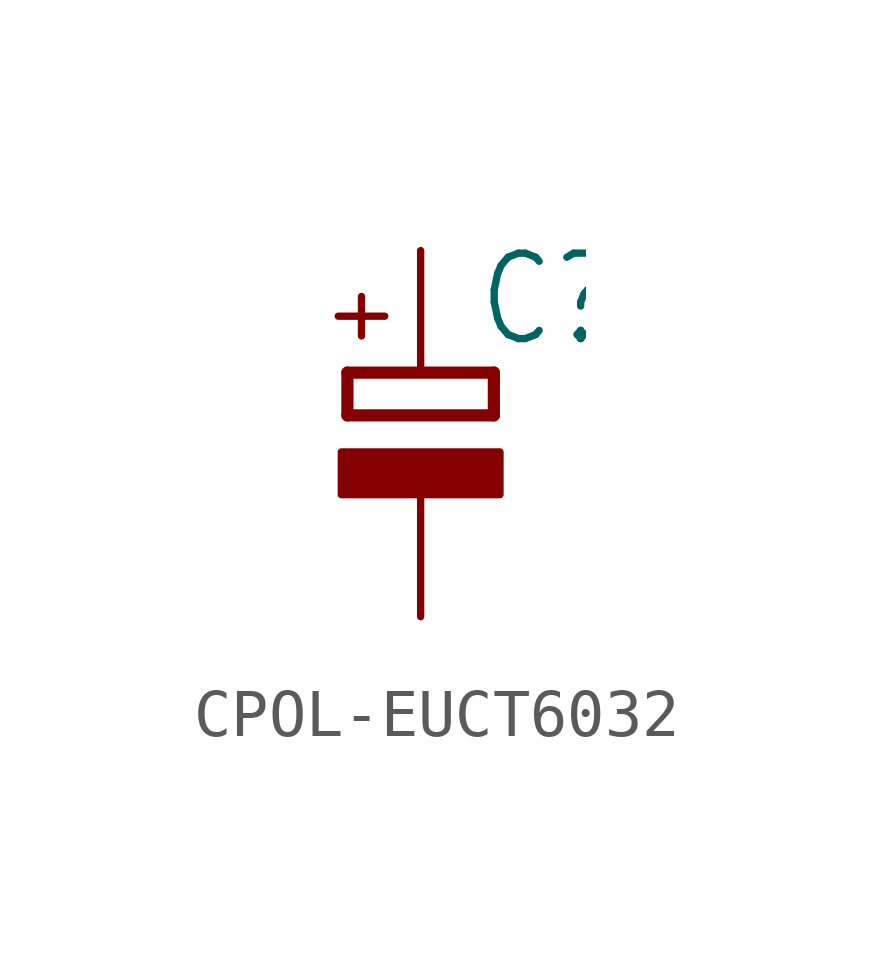
<source format=kicad_sym>
(kicad_symbol_lib
  (version 20231120)
  (generator "kicad_symbol_editor")
  (generator_version "8.0")
  (symbol "CPOL-EUCT6032"
    (property "Reference" "C"
      (at 1.143 0.483 0)
      (effects (font (size 1.778 1.511)) (justify left bottom)))
    (property "Value" ""
      (at 1.143 -4.597 0)
      (effects (font (size 1.778 1.511)) (justify left bottom)))
    (property "ki_locked" ""
      (at 0 0 0)
      (effects (font (size 1.27 1.27))))
    (symbol "CPOL-EUCT6032_1_0"
      (rectangle (start -1.651 -2.54) (end 1.651 -1.651) (stroke (width 0) (type default)) (fill (type outline)))
      (polyline (pts (xy -1.524 -0.889) (xy 1.524 -0.889)) (stroke (width 0.254) (type solid)) (fill (type none)))
      (polyline (pts (xy -1.524 0) (xy -1.524 -0.889)) (stroke (width 0.254) (type solid)) (fill (type none)))
      (polyline (pts (xy -1.524 0) (xy 1.524 0)) (stroke (width 0.254) (type solid)) (fill (type none)))
      (polyline (pts (xy 1.524 -0.889) (xy 1.524 0)) (stroke (width 0.254) (type solid)) (fill (type none)))
      (text "+" (at -0.584 0.406 900) (effects (font (size 1.27 1.079)) (justify left bottom)))
      (pin passive line (at 0 -5.08 90) (length 2.54) (name "-" (effects (font (size 0 0)))) (number "+" (effects (font (size 0 0)))))
      (pin passive line (at 0 2.54 270) (length 2.54) (name "+" (effects (font (size 0 0)))) (number "-" (effects (font (size 0 0))))))))
</source>
